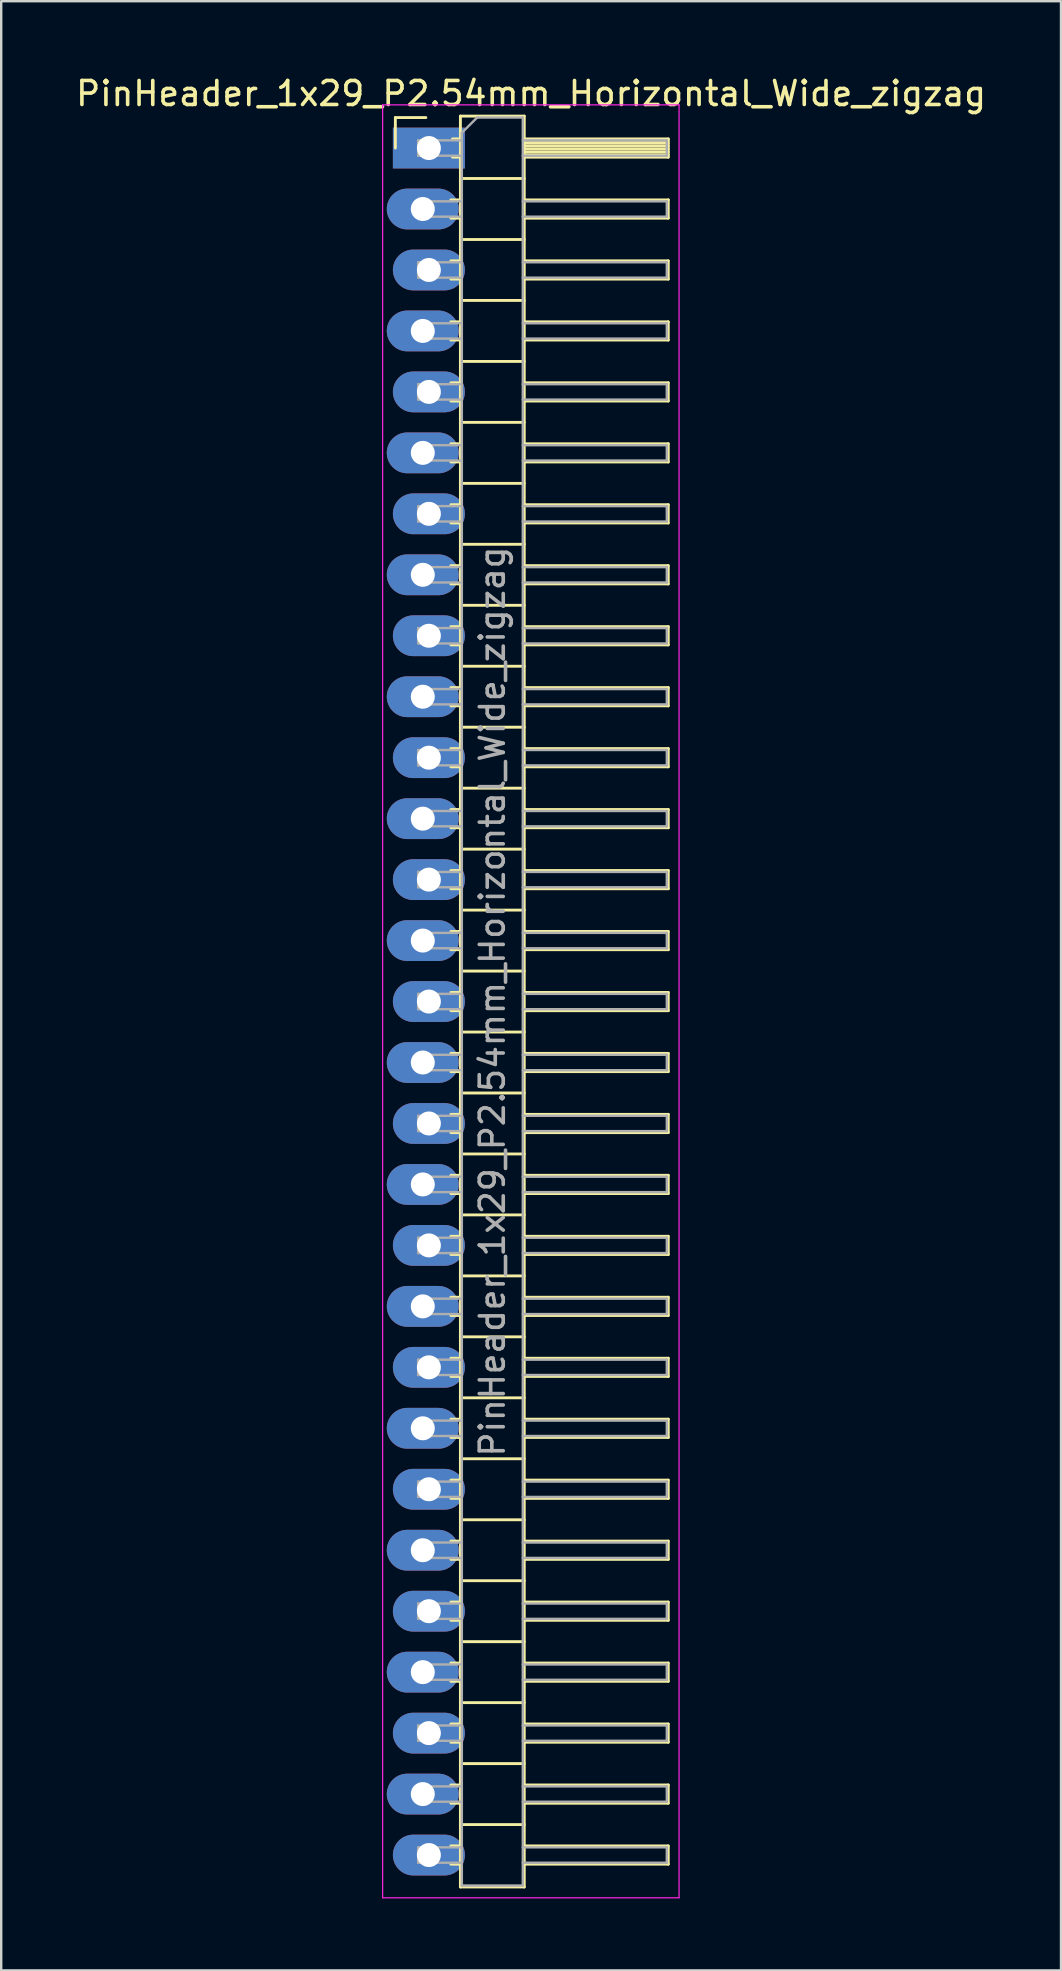
<source format=kicad_pcb>
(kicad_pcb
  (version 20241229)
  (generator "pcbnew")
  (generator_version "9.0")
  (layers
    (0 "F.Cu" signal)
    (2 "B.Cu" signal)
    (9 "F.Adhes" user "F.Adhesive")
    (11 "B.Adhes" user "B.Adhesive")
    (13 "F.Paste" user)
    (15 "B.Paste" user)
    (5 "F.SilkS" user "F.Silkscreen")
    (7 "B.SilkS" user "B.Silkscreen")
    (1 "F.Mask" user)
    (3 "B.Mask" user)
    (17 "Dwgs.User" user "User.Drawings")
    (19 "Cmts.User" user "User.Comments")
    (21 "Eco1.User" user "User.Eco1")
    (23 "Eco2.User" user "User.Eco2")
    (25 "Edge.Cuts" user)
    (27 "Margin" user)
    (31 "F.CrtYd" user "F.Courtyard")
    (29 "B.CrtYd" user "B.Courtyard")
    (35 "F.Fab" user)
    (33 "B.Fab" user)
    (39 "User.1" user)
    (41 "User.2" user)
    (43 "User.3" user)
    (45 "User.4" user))
  (footprint "PinHeader_1x29_P2.54mm_Horizontal_Wide_zigzag"
    (layer "F.Cu")
    (at 14.692 3.118)
    (property "Reference" "PinHeader_1x29_P2.54mm_Horizontal_Wide_zigzag" (at 4.385 -2.27 0) (layer "F.SilkS") (effects (font (size 1 1) (thickness 0.15))))
    (attr through_hole)
    (fp_line (start -1.27 -1.27) (end 0 -1.27) (stroke (width 0.12) (type solid)) (layer "F.SilkS"))
    (fp_line (start -1.27 0) (end -1.27 -1.27) (stroke (width 0.12) (type solid)) (layer "F.SilkS"))
    (fp_line (start 1.043 2.16) (end 1.44 2.16) (stroke (width 0.12) (type solid)) (layer "F.SilkS"))
    (fp_line (start 1.043 2.92) (end 1.44 2.92) (stroke (width 0.12) (type solid)) (layer "F.SilkS"))
    (fp_line (start 1.043 4.7) (end 1.44 4.7) (stroke (width 0.12) (type solid)) (layer "F.SilkS"))
    (fp_line (start 1.043 5.46) (end 1.44 5.46) (stroke (width 0.12) (type solid)) (layer "F.SilkS"))
    (fp_line (start 1.043 7.24) (end 1.44 7.24) (stroke (width 0.12) (type solid)) (layer "F.SilkS"))
    (fp_line (start 1.043 8) (end 1.44 8) (stroke (width 0.12) (type solid)) (layer "F.SilkS"))
    (fp_line (start 1.043 9.78) (end 1.44 9.78) (stroke (width 0.12) (type solid)) (layer "F.SilkS"))
    (fp_line (start 1.043 10.54) (end 1.44 10.54) (stroke (width 0.12) (type solid)) (layer "F.SilkS"))
    (fp_line (start 1.043 12.32) (end 1.44 12.32) (stroke (width 0.12) (type solid)) (layer "F.SilkS"))
    (fp_line (start 1.043 13.08) (end 1.44 13.08) (stroke (width 0.12) (type solid)) (layer "F.SilkS"))
    (fp_line (start 1.043 14.86) (end 1.44 14.86) (stroke (width 0.12) (type solid)) (layer "F.SilkS"))
    (fp_line (start 1.043 15.62) (end 1.44 15.62) (stroke (width 0.12) (type solid)) (layer "F.SilkS"))
    (fp_line (start 1.043 17.4) (end 1.44 17.4) (stroke (width 0.12) (type solid)) (layer "F.SilkS"))
    (fp_line (start 1.043 18.16) (end 1.44 18.16) (stroke (width 0.12) (type solid)) (layer "F.SilkS"))
    (fp_line (start 1.043 19.94) (end 1.44 19.94) (stroke (width 0.12) (type solid)) (layer "F.SilkS"))
    (fp_line (start 1.043 20.7) (end 1.44 20.7) (stroke (width 0.12) (type solid)) (layer "F.SilkS"))
    (fp_line (start 1.043 22.48) (end 1.44 22.48) (stroke (width 0.12) (type solid)) (layer "F.SilkS"))
    (fp_line (start 1.043 23.24) (end 1.44 23.24) (stroke (width 0.12) (type solid)) (layer "F.SilkS"))
    (fp_line (start 1.043 25.02) (end 1.44 25.02) (stroke (width 0.12) (type solid)) (layer "F.SilkS"))
    (fp_line (start 1.043 25.78) (end 1.44 25.78) (stroke (width 0.12) (type solid)) (layer "F.SilkS"))
    (fp_line (start 1.043 27.56) (end 1.44 27.56) (stroke (width 0.12) (type solid)) (layer "F.SilkS"))
    (fp_line (start 1.043 28.32) (end 1.44 28.32) (stroke (width 0.12) (type solid)) (layer "F.SilkS"))
    (fp_line (start 1.043 30.1) (end 1.44 30.1) (stroke (width 0.12) (type solid)) (layer "F.SilkS"))
    (fp_line (start 1.043 30.86) (end 1.44 30.86) (stroke (width 0.12) (type solid)) (layer "F.SilkS"))
    (fp_line (start 1.043 32.64) (end 1.44 32.64) (stroke (width 0.12) (type solid)) (layer "F.SilkS"))
    (fp_line (start 1.043 33.4) (end 1.44 33.4) (stroke (width 0.12) (type solid)) (layer "F.SilkS"))
    (fp_line (start 1.043 35.18) (end 1.44 35.18) (stroke (width 0.12) (type solid)) (layer "F.SilkS"))
    (fp_line (start 1.043 35.94) (end 1.44 35.94) (stroke (width 0.12) (type solid)) (layer "F.SilkS"))
    (fp_line (start 1.043 37.72) (end 1.44 37.72) (stroke (width 0.12) (type solid)) (layer "F.SilkS"))
    (fp_line (start 1.043 38.48) (end 1.44 38.48) (stroke (width 0.12) (type solid)) (layer "F.SilkS"))
    (fp_line (start 1.043 40.26) (end 1.44 40.26) (stroke (width 0.12) (type solid)) (layer "F.SilkS"))
    (fp_line (start 1.043 41.02) (end 1.44 41.02) (stroke (width 0.12) (type solid)) (layer "F.SilkS"))
    (fp_line (start 1.043 42.8) (end 1.44 42.8) (stroke (width 0.12) (type solid)) (layer "F.SilkS"))
    (fp_line (start 1.043 43.56) (end 1.44 43.56) (stroke (width 0.12) (type solid)) (layer "F.SilkS"))
    (fp_line (start 1.043 45.34) (end 1.44 45.34) (stroke (width 0.12) (type solid)) (layer "F.SilkS"))
    (fp_line (start 1.043 46.1) (end 1.44 46.1) (stroke (width 0.12) (type solid)) (layer "F.SilkS"))
    (fp_line (start 1.043 47.88) (end 1.44 47.88) (stroke (width 0.12) (type solid)) (layer "F.SilkS"))
    (fp_line (start 1.043 48.64) (end 1.44 48.64) (stroke (width 0.12) (type solid)) (layer "F.SilkS"))
    (fp_line (start 1.043 50.42) (end 1.44 50.42) (stroke (width 0.12) (type solid)) (layer "F.SilkS"))
    (fp_line (start 1.043 51.18) (end 1.44 51.18) (stroke (width 0.12) (type solid)) (layer "F.SilkS"))
    (fp_line (start 1.043 52.96) (end 1.44 52.96) (stroke (width 0.12) (type solid)) (layer "F.SilkS"))
    (fp_line (start 1.043 53.72) (end 1.44 53.72) (stroke (width 0.12) (type solid)) (layer "F.SilkS"))
    (fp_line (start 1.043 55.5) (end 1.44 55.5) (stroke (width 0.12) (type solid)) (layer "F.SilkS"))
    (fp_line (start 1.043 56.26) (end 1.44 56.26) (stroke (width 0.12) (type solid)) (layer "F.SilkS"))
    (fp_line (start 1.043 58.04) (end 1.44 58.04) (stroke (width 0.12) (type solid)) (layer "F.SilkS"))
    (fp_line (start 1.043 58.8) (end 1.44 58.8) (stroke (width 0.12) (type solid)) (layer "F.SilkS"))
    (fp_line (start 1.043 60.58) (end 1.44 60.58) (stroke (width 0.12) (type solid)) (layer "F.SilkS"))
    (fp_line (start 1.043 61.34) (end 1.44 61.34) (stroke (width 0.12) (type solid)) (layer "F.SilkS"))
    (fp_line (start 1.043 63.12) (end 1.44 63.12) (stroke (width 0.12) (type solid)) (layer "F.SilkS"))
    (fp_line (start 1.043 63.88) (end 1.44 63.88) (stroke (width 0.12) (type solid)) (layer "F.SilkS"))
    (fp_line (start 1.043 65.66) (end 1.44 65.66) (stroke (width 0.12) (type solid)) (layer "F.SilkS"))
    (fp_line (start 1.043 66.42) (end 1.44 66.42) (stroke (width 0.12) (type solid)) (layer "F.SilkS"))
    (fp_line (start 1.043 68.2) (end 1.44 68.2) (stroke (width 0.12) (type solid)) (layer "F.SilkS"))
    (fp_line (start 1.043 68.96) (end 1.44 68.96) (stroke (width 0.12) (type solid)) (layer "F.SilkS"))
    (fp_line (start 1.043 70.74) (end 1.44 70.74) (stroke (width 0.12) (type solid)) (layer "F.SilkS"))
    (fp_line (start 1.043 71.5) (end 1.44 71.5) (stroke (width 0.12) (type solid)) (layer "F.SilkS"))
    (fp_line (start 1.11 -0.38) (end 1.44 -0.38) (stroke (width 0.12) (type solid)) (layer "F.SilkS"))
    (fp_line (start 1.11 0.38) (end 1.44 0.38) (stroke (width 0.12) (type solid)) (layer "F.SilkS"))
    (fp_line (start 1.44 -1.33) (end 1.44 72.45) (stroke (width 0.12) (type solid)) (layer "F.SilkS"))
    (fp_line (start 1.44 1.27) (end 4.1 1.27) (stroke (width 0.12) (type solid)) (layer "F.SilkS"))
    (fp_line (start 1.44 3.81) (end 4.1 3.81) (stroke (width 0.12) (type solid)) (layer "F.SilkS"))
    (fp_line (start 1.44 6.35) (end 4.1 6.35) (stroke (width 0.12) (type solid)) (layer "F.SilkS"))
    (fp_line (start 1.44 8.89) (end 4.1 8.89) (stroke (width 0.12) (type solid)) (layer "F.SilkS"))
    (fp_line (start 1.44 11.43) (end 4.1 11.43) (stroke (width 0.12) (type solid)) (layer "F.SilkS"))
    (fp_line (start 1.44 13.97) (end 4.1 13.97) (stroke (width 0.12) (type solid)) (layer "F.SilkS"))
    (fp_line (start 1.44 16.51) (end 4.1 16.51) (stroke (width 0.12) (type solid)) (layer "F.SilkS"))
    (fp_line (start 1.44 19.05) (end 4.1 19.05) (stroke (width 0.12) (type solid)) (layer "F.SilkS"))
    (fp_line (start 1.44 21.59) (end 4.1 21.59) (stroke (width 0.12) (type solid)) (layer "F.SilkS"))
    (fp_line (start 1.44 24.13) (end 4.1 24.13) (stroke (width 0.12) (type solid)) (layer "F.SilkS"))
    (fp_line (start 1.44 26.67) (end 4.1 26.67) (stroke (width 0.12) (type solid)) (layer "F.SilkS"))
    (fp_line (start 1.44 29.21) (end 4.1 29.21) (stroke (width 0.12) (type solid)) (layer "F.SilkS"))
    (fp_line (start 1.44 31.75) (end 4.1 31.75) (stroke (width 0.12) (type solid)) (layer "F.SilkS"))
    (fp_line (start 1.44 34.29) (end 4.1 34.29) (stroke (width 0.12) (type solid)) (layer "F.SilkS"))
    (fp_line (start 1.44 36.83) (end 4.1 36.83) (stroke (width 0.12) (type solid)) (layer "F.SilkS"))
    (fp_line (start 1.44 39.37) (end 4.1 39.37) (stroke (width 0.12) (type solid)) (layer "F.SilkS"))
    (fp_line (start 1.44 41.91) (end 4.1 41.91) (stroke (width 0.12) (type solid)) (layer "F.SilkS"))
    (fp_line (start 1.44 44.45) (end 4.1 44.45) (stroke (width 0.12) (type solid)) (layer "F.SilkS"))
    (fp_line (start 1.44 46.99) (end 4.1 46.99) (stroke (width 0.12) (type solid)) (layer "F.SilkS"))
    (fp_line (start 1.44 49.53) (end 4.1 49.53) (stroke (width 0.12) (type solid)) (layer "F.SilkS"))
    (fp_line (start 1.44 52.07) (end 4.1 52.07) (stroke (width 0.12) (type solid)) (layer "F.SilkS"))
    (fp_line (start 1.44 54.61) (end 4.1 54.61) (stroke (width 0.12) (type solid)) (layer "F.SilkS"))
    (fp_line (start 1.44 57.15) (end 4.1 57.15) (stroke (width 0.12) (type solid)) (layer "F.SilkS"))
    (fp_line (start 1.44 59.69) (end 4.1 59.69) (stroke (width 0.12) (type solid)) (layer "F.SilkS"))
    (fp_line (start 1.44 62.23) (end 4.1 62.23) (stroke (width 0.12) (type solid)) (layer "F.SilkS"))
    (fp_line (start 1.44 64.77) (end 4.1 64.77) (stroke (width 0.12) (type solid)) (layer "F.SilkS"))
    (fp_line (start 1.44 67.31) (end 4.1 67.31) (stroke (width 0.12) (type solid)) (layer "F.SilkS"))
    (fp_line (start 1.44 69.85) (end 4.1 69.85) (stroke (width 0.12) (type solid)) (layer "F.SilkS"))
    (fp_line (start 1.44 72.45) (end 4.1 72.45) (stroke (width 0.12) (type solid)) (layer "F.SilkS"))
    (fp_line (start 4.1 -1.33) (end 1.44 -1.33) (stroke (width 0.12) (type solid)) (layer "F.SilkS"))
    (fp_line (start 4.1 -0.38) (end 10.1 -0.38) (stroke (width 0.12) (type solid)) (layer "F.SilkS"))
    (fp_line (start 4.1 -0.32) (end 10.1 -0.32) (stroke (width 0.12) (type solid)) (layer "F.SilkS"))
    (fp_line (start 4.1 -0.2) (end 10.1 -0.2) (stroke (width 0.12) (type solid)) (layer "F.SilkS"))
    (fp_line (start 4.1 -0.08) (end 10.1 -0.08) (stroke (width 0.12) (type solid)) (layer "F.SilkS"))
    (fp_line (start 4.1 0.04) (end 10.1 0.04) (stroke (width 0.12) (type solid)) (layer "F.SilkS"))
    (fp_line (start 4.1 0.16) (end 10.1 0.16) (stroke (width 0.12) (type solid)) (layer "F.SilkS"))
    (fp_line (start 4.1 0.28) (end 10.1 0.28) (stroke (width 0.12) (type solid)) (layer "F.SilkS"))
    (fp_line (start 4.1 2.16) (end 10.1 2.16) (stroke (width 0.12) (type solid)) (layer "F.SilkS"))
    (fp_line (start 4.1 4.7) (end 10.1 4.7) (stroke (width 0.12) (type solid)) (layer "F.SilkS"))
    (fp_line (start 4.1 7.24) (end 10.1 7.24) (stroke (width 0.12) (type solid)) (layer "F.SilkS"))
    (fp_line (start 4.1 9.78) (end 10.1 9.78) (stroke (width 0.12) (type solid)) (layer "F.SilkS"))
    (fp_line (start 4.1 12.32) (end 10.1 12.32) (stroke (width 0.12) (type solid)) (layer "F.SilkS"))
    (fp_line (start 4.1 14.86) (end 10.1 14.86) (stroke (width 0.12) (type solid)) (layer "F.SilkS"))
    (fp_line (start 4.1 17.4) (end 10.1 17.4) (stroke (width 0.12) (type solid)) (layer "F.SilkS"))
    (fp_line (start 4.1 19.94) (end 10.1 19.94) (stroke (width 0.12) (type solid)) (layer "F.SilkS"))
    (fp_line (start 4.1 22.48) (end 10.1 22.48) (stroke (width 0.12) (type solid)) (layer "F.SilkS"))
    (fp_line (start 4.1 25.02) (end 10.1 25.02) (stroke (width 0.12) (type solid)) (layer "F.SilkS"))
    (fp_line (start 4.1 27.56) (end 10.1 27.56) (stroke (width 0.12) (type solid)) (layer "F.SilkS"))
    (fp_line (start 4.1 30.1) (end 10.1 30.1) (stroke (width 0.12) (type solid)) (layer "F.SilkS"))
    (fp_line (start 4.1 32.64) (end 10.1 32.64) (stroke (width 0.12) (type solid)) (layer "F.SilkS"))
    (fp_line (start 4.1 35.18) (end 10.1 35.18) (stroke (width 0.12) (type solid)) (layer "F.SilkS"))
    (fp_line (start 4.1 37.72) (end 10.1 37.72) (stroke (width 0.12) (type solid)) (layer "F.SilkS"))
    (fp_line (start 4.1 40.26) (end 10.1 40.26) (stroke (width 0.12) (type solid)) (layer "F.SilkS"))
    (fp_line (start 4.1 42.8) (end 10.1 42.8) (stroke (width 0.12) (type solid)) (layer "F.SilkS"))
    (fp_line (start 4.1 45.34) (end 10.1 45.34) (stroke (width 0.12) (type solid)) (layer "F.SilkS"))
    (fp_line (start 4.1 47.88) (end 10.1 47.88) (stroke (width 0.12) (type solid)) (layer "F.SilkS"))
    (fp_line (start 4.1 50.42) (end 10.1 50.42) (stroke (width 0.12) (type solid)) (layer "F.SilkS"))
    (fp_line (start 4.1 52.96) (end 10.1 52.96) (stroke (width 0.12) (type solid)) (layer "F.SilkS"))
    (fp_line (start 4.1 55.5) (end 10.1 55.5) (stroke (width 0.12) (type solid)) (layer "F.SilkS"))
    (fp_line (start 4.1 58.04) (end 10.1 58.04) (stroke (width 0.12) (type solid)) (layer "F.SilkS"))
    (fp_line (start 4.1 60.58) (end 10.1 60.58) (stroke (width 0.12) (type solid)) (layer "F.SilkS"))
    (fp_line (start 4.1 63.12) (end 10.1 63.12) (stroke (width 0.12) (type solid)) (layer "F.SilkS"))
    (fp_line (start 4.1 65.66) (end 10.1 65.66) (stroke (width 0.12) (type solid)) (layer "F.SilkS"))
    (fp_line (start 4.1 68.2) (end 10.1 68.2) (stroke (width 0.12) (type solid)) (layer "F.SilkS"))
    (fp_line (start 4.1 70.74) (end 10.1 70.74) (stroke (width 0.12) (type solid)) (layer "F.SilkS"))
    (fp_line (start 4.1 72.45) (end 4.1 -1.33) (stroke (width 0.12) (type solid)) (layer "F.SilkS"))
    (fp_line (start 10.1 -0.38) (end 10.1 0.38) (stroke (width 0.12) (type solid)) (layer "F.SilkS"))
    (fp_line (start 10.1 0.38) (end 4.1 0.38) (stroke (width 0.12) (type solid)) (layer "F.SilkS"))
    (fp_line (start 10.1 2.16) (end 10.1 2.92) (stroke (width 0.12) (type solid)) (layer "F.SilkS"))
    (fp_line (start 10.1 2.92) (end 4.1 2.92) (stroke (width 0.12) (type solid)) (layer "F.SilkS"))
    (fp_line (start 10.1 4.7) (end 10.1 5.46) (stroke (width 0.12) (type solid)) (layer "F.SilkS"))
    (fp_line (start 10.1 5.46) (end 4.1 5.46) (stroke (width 0.12) (type solid)) (layer "F.SilkS"))
    (fp_line (start 10.1 7.24) (end 10.1 8) (stroke (width 0.12) (type solid)) (layer "F.SilkS"))
    (fp_line (start 10.1 8) (end 4.1 8) (stroke (width 0.12) (type solid)) (layer "F.SilkS"))
    (fp_line (start 10.1 9.78) (end 10.1 10.54) (stroke (width 0.12) (type solid)) (layer "F.SilkS"))
    (fp_line (start 10.1 10.54) (end 4.1 10.54) (stroke (width 0.12) (type solid)) (layer "F.SilkS"))
    (fp_line (start 10.1 12.32) (end 10.1 13.08) (stroke (width 0.12) (type solid)) (layer "F.SilkS"))
    (fp_line (start 10.1 13.08) (end 4.1 13.08) (stroke (width 0.12) (type solid)) (layer "F.SilkS"))
    (fp_line (start 10.1 14.86) (end 10.1 15.62) (stroke (width 0.12) (type solid)) (layer "F.SilkS"))
    (fp_line (start 10.1 15.62) (end 4.1 15.62) (stroke (width 0.12) (type solid)) (layer "F.SilkS"))
    (fp_line (start 10.1 17.4) (end 10.1 18.16) (stroke (width 0.12) (type solid)) (layer "F.SilkS"))
    (fp_line (start 10.1 18.16) (end 4.1 18.16) (stroke (width 0.12) (type solid)) (layer "F.SilkS"))
    (fp_line (start 10.1 19.94) (end 10.1 20.7) (stroke (width 0.12) (type solid)) (layer "F.SilkS"))
    (fp_line (start 10.1 20.7) (end 4.1 20.7) (stroke (width 0.12) (type solid)) (layer "F.SilkS"))
    (fp_line (start 10.1 22.48) (end 10.1 23.24) (stroke (width 0.12) (type solid)) (layer "F.SilkS"))
    (fp_line (start 10.1 23.24) (end 4.1 23.24) (stroke (width 0.12) (type solid)) (layer "F.SilkS"))
    (fp_line (start 10.1 25.02) (end 10.1 25.78) (stroke (width 0.12) (type solid)) (layer "F.SilkS"))
    (fp_line (start 10.1 25.78) (end 4.1 25.78) (stroke (width 0.12) (type solid)) (layer "F.SilkS"))
    (fp_line (start 10.1 27.56) (end 10.1 28.32) (stroke (width 0.12) (type solid)) (layer "F.SilkS"))
    (fp_line (start 10.1 28.32) (end 4.1 28.32) (stroke (width 0.12) (type solid)) (layer "F.SilkS"))
    (fp_line (start 10.1 30.1) (end 10.1 30.86) (stroke (width 0.12) (type solid)) (layer "F.SilkS"))
    (fp_line (start 10.1 30.86) (end 4.1 30.86) (stroke (width 0.12) (type solid)) (layer "F.SilkS"))
    (fp_line (start 10.1 32.64) (end 10.1 33.4) (stroke (width 0.12) (type solid)) (layer "F.SilkS"))
    (fp_line (start 10.1 33.4) (end 4.1 33.4) (stroke (width 0.12) (type solid)) (layer "F.SilkS"))
    (fp_line (start 10.1 35.18) (end 10.1 35.94) (stroke (width 0.12) (type solid)) (layer "F.SilkS"))
    (fp_line (start 10.1 35.94) (end 4.1 35.94) (stroke (width 0.12) (type solid)) (layer "F.SilkS"))
    (fp_line (start 10.1 37.72) (end 10.1 38.48) (stroke (width 0.12) (type solid)) (layer "F.SilkS"))
    (fp_line (start 10.1 38.48) (end 4.1 38.48) (stroke (width 0.12) (type solid)) (layer "F.SilkS"))
    (fp_line (start 10.1 40.26) (end 10.1 41.02) (stroke (width 0.12) (type solid)) (layer "F.SilkS"))
    (fp_line (start 10.1 41.02) (end 4.1 41.02) (stroke (width 0.12) (type solid)) (layer "F.SilkS"))
    (fp_line (start 10.1 42.8) (end 10.1 43.56) (stroke (width 0.12) (type solid)) (layer "F.SilkS"))
    (fp_line (start 10.1 43.56) (end 4.1 43.56) (stroke (width 0.12) (type solid)) (layer "F.SilkS"))
    (fp_line (start 10.1 45.34) (end 10.1 46.1) (stroke (width 0.12) (type solid)) (layer "F.SilkS"))
    (fp_line (start 10.1 46.1) (end 4.1 46.1) (stroke (width 0.12) (type solid)) (layer "F.SilkS"))
    (fp_line (start 10.1 47.88) (end 10.1 48.64) (stroke (width 0.12) (type solid)) (layer "F.SilkS"))
    (fp_line (start 10.1 48.64) (end 4.1 48.64) (stroke (width 0.12) (type solid)) (layer "F.SilkS"))
    (fp_line (start 10.1 50.42) (end 10.1 51.18) (stroke (width 0.12) (type solid)) (layer "F.SilkS"))
    (fp_line (start 10.1 51.18) (end 4.1 51.18) (stroke (width 0.12) (type solid)) (layer "F.SilkS"))
    (fp_line (start 10.1 52.96) (end 10.1 53.72) (stroke (width 0.12) (type solid)) (layer "F.SilkS"))
    (fp_line (start 10.1 53.72) (end 4.1 53.72) (stroke (width 0.12) (type solid)) (layer "F.SilkS"))
    (fp_line (start 10.1 55.5) (end 10.1 56.26) (stroke (width 0.12) (type solid)) (layer "F.SilkS"))
    (fp_line (start 10.1 56.26) (end 4.1 56.26) (stroke (width 0.12) (type solid)) (layer "F.SilkS"))
    (fp_line (start 10.1 58.04) (end 10.1 58.8) (stroke (width 0.12) (type solid)) (layer "F.SilkS"))
    (fp_line (start 10.1 58.8) (end 4.1 58.8) (stroke (width 0.12) (type solid)) (layer "F.SilkS"))
    (fp_line (start 10.1 60.58) (end 10.1 61.34) (stroke (width 0.12) (type solid)) (layer "F.SilkS"))
    (fp_line (start 10.1 61.34) (end 4.1 61.34) (stroke (width 0.12) (type solid)) (layer "F.SilkS"))
    (fp_line (start 10.1 63.12) (end 10.1 63.88) (stroke (width 0.12) (type solid)) (layer "F.SilkS"))
    (fp_line (start 10.1 63.88) (end 4.1 63.88) (stroke (width 0.12) (type solid)) (layer "F.SilkS"))
    (fp_line (start 10.1 65.66) (end 10.1 66.42) (stroke (width 0.12) (type solid)) (layer "F.SilkS"))
    (fp_line (start 10.1 66.42) (end 4.1 66.42) (stroke (width 0.12) (type solid)) (layer "F.SilkS"))
    (fp_line (start 10.1 68.2) (end 10.1 68.96) (stroke (width 0.12) (type solid)) (layer "F.SilkS"))
    (fp_line (start 10.1 68.96) (end 4.1 68.96) (stroke (width 0.12) (type solid)) (layer "F.SilkS"))
    (fp_line (start 10.1 70.74) (end 10.1 71.5) (stroke (width 0.12) (type solid)) (layer "F.SilkS"))
    (fp_line (start 10.1 71.5) (end 4.1 71.5) (stroke (width 0.12) (type solid)) (layer "F.SilkS"))
    (fp_line (start -1.8 -1.8) (end -1.8 72.9) (stroke (width 0.05) (type solid)) (layer "F.CrtYd"))
    (fp_line (start -1.8 72.9) (end 10.55 72.9) (stroke (width 0.05) (type solid)) (layer "F.CrtYd"))
    (fp_line (start 10.55 -1.8) (end -1.8 -1.8) (stroke (width 0.05) (type solid)) (layer "F.CrtYd"))
    (fp_line (start 10.55 72.9) (end 10.55 -1.8) (stroke (width 0.05) (type solid)) (layer "F.CrtYd"))
    (fp_line (start -0.32 -0.32) (end -0.32 0.32) (stroke (width 0.1) (type solid)) (layer "F.Fab"))
    (fp_line (start -0.32 -0.32) (end 1.5 -0.32) (stroke (width 0.1) (type solid)) (layer "F.Fab"))
    (fp_line (start -0.32 0.32) (end 1.5 0.32) (stroke (width 0.1) (type solid)) (layer "F.Fab"))
    (fp_line (start -0.32 2.22) (end -0.32 2.86) (stroke (width 0.1) (type solid)) (layer "F.Fab"))
    (fp_line (start -0.32 2.22) (end 1.5 2.22) (stroke (width 0.1) (type solid)) (layer "F.Fab"))
    (fp_line (start -0.32 2.86) (end 1.5 2.86) (stroke (width 0.1) (type solid)) (layer "F.Fab"))
    (fp_line (start -0.32 4.76) (end -0.32 5.4) (stroke (width 0.1) (type solid)) (layer "F.Fab"))
    (fp_line (start -0.32 4.76) (end 1.5 4.76) (stroke (width 0.1) (type solid)) (layer "F.Fab"))
    (fp_line (start -0.32 5.4) (end 1.5 5.4) (stroke (width 0.1) (type solid)) (layer "F.Fab"))
    (fp_line (start -0.32 7.3) (end -0.32 7.94) (stroke (width 0.1) (type solid)) (layer "F.Fab"))
    (fp_line (start -0.32 7.3) (end 1.5 7.3) (stroke (width 0.1) (type solid)) (layer "F.Fab"))
    (fp_line (start -0.32 7.94) (end 1.5 7.94) (stroke (width 0.1) (type solid)) (layer "F.Fab"))
    (fp_line (start -0.32 9.84) (end -0.32 10.48) (stroke (width 0.1) (type solid)) (layer "F.Fab"))
    (fp_line (start -0.32 9.84) (end 1.5 9.84) (stroke (width 0.1) (type solid)) (layer "F.Fab"))
    (fp_line (start -0.32 10.48) (end 1.5 10.48) (stroke (width 0.1) (type solid)) (layer "F.Fab"))
    (fp_line (start -0.32 12.38) (end -0.32 13.02) (stroke (width 0.1) (type solid)) (layer "F.Fab"))
    (fp_line (start -0.32 12.38) (end 1.5 12.38) (stroke (width 0.1) (type solid)) (layer "F.Fab"))
    (fp_line (start -0.32 13.02) (end 1.5 13.02) (stroke (width 0.1) (type solid)) (layer "F.Fab"))
    (fp_line (start -0.32 14.92) (end -0.32 15.56) (stroke (width 0.1) (type solid)) (layer "F.Fab"))
    (fp_line (start -0.32 14.92) (end 1.5 14.92) (stroke (width 0.1) (type solid)) (layer "F.Fab"))
    (fp_line (start -0.32 15.56) (end 1.5 15.56) (stroke (width 0.1) (type solid)) (layer "F.Fab"))
    (fp_line (start -0.32 17.46) (end -0.32 18.1) (stroke (width 0.1) (type solid)) (layer "F.Fab"))
    (fp_line (start -0.32 17.46) (end 1.5 17.46) (stroke (width 0.1) (type solid)) (layer "F.Fab"))
    (fp_line (start -0.32 18.1) (end 1.5 18.1) (stroke (width 0.1) (type solid)) (layer "F.Fab"))
    (fp_line (start -0.32 20) (end -0.32 20.64) (stroke (width 0.1) (type solid)) (layer "F.Fab"))
    (fp_line (start -0.32 20) (end 1.5 20) (stroke (width 0.1) (type solid)) (layer "F.Fab"))
    (fp_line (start -0.32 20.64) (end 1.5 20.64) (stroke (width 0.1) (type solid)) (layer "F.Fab"))
    (fp_line (start -0.32 22.54) (end -0.32 23.18) (stroke (width 0.1) (type solid)) (layer "F.Fab"))
    (fp_line (start -0.32 22.54) (end 1.5 22.54) (stroke (width 0.1) (type solid)) (layer "F.Fab"))
    (fp_line (start -0.32 23.18) (end 1.5 23.18) (stroke (width 0.1) (type solid)) (layer "F.Fab"))
    (fp_line (start -0.32 25.08) (end -0.32 25.72) (stroke (width 0.1) (type solid)) (layer "F.Fab"))
    (fp_line (start -0.32 25.08) (end 1.5 25.08) (stroke (width 0.1) (type solid)) (layer "F.Fab"))
    (fp_line (start -0.32 25.72) (end 1.5 25.72) (stroke (width 0.1) (type solid)) (layer "F.Fab"))
    (fp_line (start -0.32 27.62) (end -0.32 28.26) (stroke (width 0.1) (type solid)) (layer "F.Fab"))
    (fp_line (start -0.32 27.62) (end 1.5 27.62) (stroke (width 0.1) (type solid)) (layer "F.Fab"))
    (fp_line (start -0.32 28.26) (end 1.5 28.26) (stroke (width 0.1) (type solid)) (layer "F.Fab"))
    (fp_line (start -0.32 30.16) (end -0.32 30.8) (stroke (width 0.1) (type solid)) (layer "F.Fab"))
    (fp_line (start -0.32 30.16) (end 1.5 30.16) (stroke (width 0.1) (type solid)) (layer "F.Fab"))
    (fp_line (start -0.32 30.8) (end 1.5 30.8) (stroke (width 0.1) (type solid)) (layer "F.Fab"))
    (fp_line (start -0.32 32.7) (end -0.32 33.34) (stroke (width 0.1) (type solid)) (layer "F.Fab"))
    (fp_line (start -0.32 32.7) (end 1.5 32.7) (stroke (width 0.1) (type solid)) (layer "F.Fab"))
    (fp_line (start -0.32 33.34) (end 1.5 33.34) (stroke (width 0.1) (type solid)) (layer "F.Fab"))
    (fp_line (start -0.32 35.24) (end -0.32 35.88) (stroke (width 0.1) (type solid)) (layer "F.Fab"))
    (fp_line (start -0.32 35.24) (end 1.5 35.24) (stroke (width 0.1) (type solid)) (layer "F.Fab"))
    (fp_line (start -0.32 35.88) (end 1.5 35.88) (stroke (width 0.1) (type solid)) (layer "F.Fab"))
    (fp_line (start -0.32 37.78) (end -0.32 38.42) (stroke (width 0.1) (type solid)) (layer "F.Fab"))
    (fp_line (start -0.32 37.78) (end 1.5 37.78) (stroke (width 0.1) (type solid)) (layer "F.Fab"))
    (fp_line (start -0.32 38.42) (end 1.5 38.42) (stroke (width 0.1) (type solid)) (layer "F.Fab"))
    (fp_line (start -0.32 40.32) (end -0.32 40.96) (stroke (width 0.1) (type solid)) (layer "F.Fab"))
    (fp_line (start -0.32 40.32) (end 1.5 40.32) (stroke (width 0.1) (type solid)) (layer "F.Fab"))
    (fp_line (start -0.32 40.96) (end 1.5 40.96) (stroke (width 0.1) (type solid)) (layer "F.Fab"))
    (fp_line (start -0.32 42.86) (end -0.32 43.5) (stroke (width 0.1) (type solid)) (layer "F.Fab"))
    (fp_line (start -0.32 42.86) (end 1.5 42.86) (stroke (width 0.1) (type solid)) (layer "F.Fab"))
    (fp_line (start -0.32 43.5) (end 1.5 43.5) (stroke (width 0.1) (type solid)) (layer "F.Fab"))
    (fp_line (start -0.32 45.4) (end -0.32 46.04) (stroke (width 0.1) (type solid)) (layer "F.Fab"))
    (fp_line (start -0.32 45.4) (end 1.5 45.4) (stroke (width 0.1) (type solid)) (layer "F.Fab"))
    (fp_line (start -0.32 46.04) (end 1.5 46.04) (stroke (width 0.1) (type solid)) (layer "F.Fab"))
    (fp_line (start -0.32 47.94) (end -0.32 48.58) (stroke (width 0.1) (type solid)) (layer "F.Fab"))
    (fp_line (start -0.32 47.94) (end 1.5 47.94) (stroke (width 0.1) (type solid)) (layer "F.Fab"))
    (fp_line (start -0.32 48.58) (end 1.5 48.58) (stroke (width 0.1) (type solid)) (layer "F.Fab"))
    (fp_line (start -0.32 50.48) (end -0.32 51.12) (stroke (width 0.1) (type solid)) (layer "F.Fab"))
    (fp_line (start -0.32 50.48) (end 1.5 50.48) (stroke (width 0.1) (type solid)) (layer "F.Fab"))
    (fp_line (start -0.32 51.12) (end 1.5 51.12) (stroke (width 0.1) (type solid)) (layer "F.Fab"))
    (fp_line (start -0.32 53.02) (end -0.32 53.66) (stroke (width 0.1) (type solid)) (layer "F.Fab"))
    (fp_line (start -0.32 53.02) (end 1.5 53.02) (stroke (width 0.1) (type solid)) (layer "F.Fab"))
    (fp_line (start -0.32 53.66) (end 1.5 53.66) (stroke (width 0.1) (type solid)) (layer "F.Fab"))
    (fp_line (start -0.32 55.56) (end -0.32 56.2) (stroke (width 0.1) (type solid)) (layer "F.Fab"))
    (fp_line (start -0.32 55.56) (end 1.5 55.56) (stroke (width 0.1) (type solid)) (layer "F.Fab"))
    (fp_line (start -0.32 56.2) (end 1.5 56.2) (stroke (width 0.1) (type solid)) (layer "F.Fab"))
    (fp_line (start -0.32 58.1) (end -0.32 58.74) (stroke (width 0.1) (type solid)) (layer "F.Fab"))
    (fp_line (start -0.32 58.1) (end 1.5 58.1) (stroke (width 0.1) (type solid)) (layer "F.Fab"))
    (fp_line (start -0.32 58.74) (end 1.5 58.74) (stroke (width 0.1) (type solid)) (layer "F.Fab"))
    (fp_line (start -0.32 60.64) (end -0.32 61.28) (stroke (width 0.1) (type solid)) (layer "F.Fab"))
    (fp_line (start -0.32 60.64) (end 1.5 60.64) (stroke (width 0.1) (type solid)) (layer "F.Fab"))
    (fp_line (start -0.32 61.28) (end 1.5 61.28) (stroke (width 0.1) (type solid)) (layer "F.Fab"))
    (fp_line (start -0.32 63.18) (end -0.32 63.82) (stroke (width 0.1) (type solid)) (layer "F.Fab"))
    (fp_line (start -0.32 63.18) (end 1.5 63.18) (stroke (width 0.1) (type solid)) (layer "F.Fab"))
    (fp_line (start -0.32 63.82) (end 1.5 63.82) (stroke (width 0.1) (type solid)) (layer "F.Fab"))
    (fp_line (start -0.32 65.72) (end -0.32 66.36) (stroke (width 0.1) (type solid)) (layer "F.Fab"))
    (fp_line (start -0.32 65.72) (end 1.5 65.72) (stroke (width 0.1) (type solid)) (layer "F.Fab"))
    (fp_line (start -0.32 66.36) (end 1.5 66.36) (stroke (width 0.1) (type solid)) (layer "F.Fab"))
    (fp_line (start -0.32 68.26) (end -0.32 68.9) (stroke (width 0.1) (type solid)) (layer "F.Fab"))
    (fp_line (start -0.32 68.26) (end 1.5 68.26) (stroke (width 0.1) (type solid)) (layer "F.Fab"))
    (fp_line (start -0.32 68.9) (end 1.5 68.9) (stroke (width 0.1) (type solid)) (layer "F.Fab"))
    (fp_line (start -0.32 70.8) (end -0.32 71.44) (stroke (width 0.1) (type solid)) (layer "F.Fab"))
    (fp_line (start -0.32 70.8) (end 1.5 70.8) (stroke (width 0.1) (type solid)) (layer "F.Fab"))
    (fp_line (start -0.32 71.44) (end 1.5 71.44) (stroke (width 0.1) (type solid)) (layer "F.Fab"))
    (fp_line (start 1.5 -0.635) (end 2.135 -1.27) (stroke (width 0.1) (type solid)) (layer "F.Fab"))
    (fp_line (start 1.5 72.39) (end 1.5 -0.635) (stroke (width 0.1) (type solid)) (layer "F.Fab"))
    (fp_line (start 2.135 -1.27) (end 4.04 -1.27) (stroke (width 0.1) (type solid)) (layer "F.Fab"))
    (fp_line (start 4.04 -1.27) (end 4.04 72.39) (stroke (width 0.1) (type solid)) (layer "F.Fab"))
    (fp_line (start 4.04 -0.32) (end 10.04 -0.32) (stroke (width 0.1) (type solid)) (layer "F.Fab"))
    (fp_line (start 4.04 0.32) (end 10.04 0.32) (stroke (width 0.1) (type solid)) (layer "F.Fab"))
    (fp_line (start 4.04 2.22) (end 10.04 2.22) (stroke (width 0.1) (type solid)) (layer "F.Fab"))
    (fp_line (start 4.04 2.86) (end 10.04 2.86) (stroke (width 0.1) (type solid)) (layer "F.Fab"))
    (fp_line (start 4.04 4.76) (end 10.04 4.76) (stroke (width 0.1) (type solid)) (layer "F.Fab"))
    (fp_line (start 4.04 5.4) (end 10.04 5.4) (stroke (width 0.1) (type solid)) (layer "F.Fab"))
    (fp_line (start 4.04 7.3) (end 10.04 7.3) (stroke (width 0.1) (type solid)) (layer "F.Fab"))
    (fp_line (start 4.04 7.94) (end 10.04 7.94) (stroke (width 0.1) (type solid)) (layer "F.Fab"))
    (fp_line (start 4.04 9.84) (end 10.04 9.84) (stroke (width 0.1) (type solid)) (layer "F.Fab"))
    (fp_line (start 4.04 10.48) (end 10.04 10.48) (stroke (width 0.1) (type solid)) (layer "F.Fab"))
    (fp_line (start 4.04 12.38) (end 10.04 12.38) (stroke (width 0.1) (type solid)) (layer "F.Fab"))
    (fp_line (start 4.04 13.02) (end 10.04 13.02) (stroke (width 0.1) (type solid)) (layer "F.Fab"))
    (fp_line (start 4.04 14.92) (end 10.04 14.92) (stroke (width 0.1) (type solid)) (layer "F.Fab"))
    (fp_line (start 4.04 15.56) (end 10.04 15.56) (stroke (width 0.1) (type solid)) (layer "F.Fab"))
    (fp_line (start 4.04 17.46) (end 10.04 17.46) (stroke (width 0.1) (type solid)) (layer "F.Fab"))
    (fp_line (start 4.04 18.1) (end 10.04 18.1) (stroke (width 0.1) (type solid)) (layer "F.Fab"))
    (fp_line (start 4.04 20) (end 10.04 20) (stroke (width 0.1) (type solid)) (layer "F.Fab"))
    (fp_line (start 4.04 20.64) (end 10.04 20.64) (stroke (width 0.1) (type solid)) (layer "F.Fab"))
    (fp_line (start 4.04 22.54) (end 10.04 22.54) (stroke (width 0.1) (type solid)) (layer "F.Fab"))
    (fp_line (start 4.04 23.18) (end 10.04 23.18) (stroke (width 0.1) (type solid)) (layer "F.Fab"))
    (fp_line (start 4.04 25.08) (end 10.04 25.08) (stroke (width 0.1) (type solid)) (layer "F.Fab"))
    (fp_line (start 4.04 25.72) (end 10.04 25.72) (stroke (width 0.1) (type solid)) (layer "F.Fab"))
    (fp_line (start 4.04 27.62) (end 10.04 27.62) (stroke (width 0.1) (type solid)) (layer "F.Fab"))
    (fp_line (start 4.04 28.26) (end 10.04 28.26) (stroke (width 0.1) (type solid)) (layer "F.Fab"))
    (fp_line (start 4.04 30.16) (end 10.04 30.16) (stroke (width 0.1) (type solid)) (layer "F.Fab"))
    (fp_line (start 4.04 30.8) (end 10.04 30.8) (stroke (width 0.1) (type solid)) (layer "F.Fab"))
    (fp_line (start 4.04 32.7) (end 10.04 32.7) (stroke (width 0.1) (type solid)) (layer "F.Fab"))
    (fp_line (start 4.04 33.34) (end 10.04 33.34) (stroke (width 0.1) (type solid)) (layer "F.Fab"))
    (fp_line (start 4.04 35.24) (end 10.04 35.24) (stroke (width 0.1) (type solid)) (layer "F.Fab"))
    (fp_line (start 4.04 35.88) (end 10.04 35.88) (stroke (width 0.1) (type solid)) (layer "F.Fab"))
    (fp_line (start 4.04 37.78) (end 10.04 37.78) (stroke (width 0.1) (type solid)) (layer "F.Fab"))
    (fp_line (start 4.04 38.42) (end 10.04 38.42) (stroke (width 0.1) (type solid)) (layer "F.Fab"))
    (fp_line (start 4.04 40.32) (end 10.04 40.32) (stroke (width 0.1) (type solid)) (layer "F.Fab"))
    (fp_line (start 4.04 40.96) (end 10.04 40.96) (stroke (width 0.1) (type solid)) (layer "F.Fab"))
    (fp_line (start 4.04 42.86) (end 10.04 42.86) (stroke (width 0.1) (type solid)) (layer "F.Fab"))
    (fp_line (start 4.04 43.5) (end 10.04 43.5) (stroke (width 0.1) (type solid)) (layer "F.Fab"))
    (fp_line (start 4.04 45.4) (end 10.04 45.4) (stroke (width 0.1) (type solid)) (layer "F.Fab"))
    (fp_line (start 4.04 46.04) (end 10.04 46.04) (stroke (width 0.1) (type solid)) (layer "F.Fab"))
    (fp_line (start 4.04 47.94) (end 10.04 47.94) (stroke (width 0.1) (type solid)) (layer "F.Fab"))
    (fp_line (start 4.04 48.58) (end 10.04 48.58) (stroke (width 0.1) (type solid)) (layer "F.Fab"))
    (fp_line (start 4.04 50.48) (end 10.04 50.48) (stroke (width 0.1) (type solid)) (layer "F.Fab"))
    (fp_line (start 4.04 51.12) (end 10.04 51.12) (stroke (width 0.1) (type solid)) (layer "F.Fab"))
    (fp_line (start 4.04 53.02) (end 10.04 53.02) (stroke (width 0.1) (type solid)) (layer "F.Fab"))
    (fp_line (start 4.04 53.66) (end 10.04 53.66) (stroke (width 0.1) (type solid)) (layer "F.Fab"))
    (fp_line (start 4.04 55.56) (end 10.04 55.56) (stroke (width 0.1) (type solid)) (layer "F.Fab"))
    (fp_line (start 4.04 56.2) (end 10.04 56.2) (stroke (width 0.1) (type solid)) (layer "F.Fab"))
    (fp_line (start 4.04 58.1) (end 10.04 58.1) (stroke (width 0.1) (type solid)) (layer "F.Fab"))
    (fp_line (start 4.04 58.74) (end 10.04 58.74) (stroke (width 0.1) (type solid)) (layer "F.Fab"))
    (fp_line (start 4.04 60.64) (end 10.04 60.64) (stroke (width 0.1) (type solid)) (layer "F.Fab"))
    (fp_line (start 4.04 61.28) (end 10.04 61.28) (stroke (width 0.1) (type solid)) (layer "F.Fab"))
    (fp_line (start 4.04 63.18) (end 10.04 63.18) (stroke (width 0.1) (type solid)) (layer "F.Fab"))
    (fp_line (start 4.04 63.82) (end 10.04 63.82) (stroke (width 0.1) (type solid)) (layer "F.Fab"))
    (fp_line (start 4.04 65.72) (end 10.04 65.72) (stroke (width 0.1) (type solid)) (layer "F.Fab"))
    (fp_line (start 4.04 66.36) (end 10.04 66.36) (stroke (width 0.1) (type solid)) (layer "F.Fab"))
    (fp_line (start 4.04 68.26) (end 10.04 68.26) (stroke (width 0.1) (type solid)) (layer "F.Fab"))
    (fp_line (start 4.04 68.9) (end 10.04 68.9) (stroke (width 0.1) (type solid)) (layer "F.Fab"))
    (fp_line (start 4.04 70.8) (end 10.04 70.8) (stroke (width 0.1) (type solid)) (layer "F.Fab"))
    (fp_line (start 4.04 71.44) (end 10.04 71.44) (stroke (width 0.1) (type solid)) (layer "F.Fab"))
    (fp_line (start 4.04 72.39) (end 1.5 72.39) (stroke (width 0.1) (type solid)) (layer "F.Fab"))
    (fp_line (start 10.04 -0.32) (end 10.04 0.32) (stroke (width 0.1) (type solid)) (layer "F.Fab"))
    (fp_line (start 10.04 2.22) (end 10.04 2.86) (stroke (width 0.1) (type solid)) (layer "F.Fab"))
    (fp_line (start 10.04 4.76) (end 10.04 5.4) (stroke (width 0.1) (type solid)) (layer "F.Fab"))
    (fp_line (start 10.04 7.3) (end 10.04 7.94) (stroke (width 0.1) (type solid)) (layer "F.Fab"))
    (fp_line (start 10.04 9.84) (end 10.04 10.48) (stroke (width 0.1) (type solid)) (layer "F.Fab"))
    (fp_line (start 10.04 12.38) (end 10.04 13.02) (stroke (width 0.1) (type solid)) (layer "F.Fab"))
    (fp_line (start 10.04 14.92) (end 10.04 15.56) (stroke (width 0.1) (type solid)) (layer "F.Fab"))
    (fp_line (start 10.04 17.46) (end 10.04 18.1) (stroke (width 0.1) (type solid)) (layer "F.Fab"))
    (fp_line (start 10.04 20) (end 10.04 20.64) (stroke (width 0.1) (type solid)) (layer "F.Fab"))
    (fp_line (start 10.04 22.54) (end 10.04 23.18) (stroke (width 0.1) (type solid)) (layer "F.Fab"))
    (fp_line (start 10.04 25.08) (end 10.04 25.72) (stroke (width 0.1) (type solid)) (layer "F.Fab"))
    (fp_line (start 10.04 27.62) (end 10.04 28.26) (stroke (width 0.1) (type solid)) (layer "F.Fab"))
    (fp_line (start 10.04 30.16) (end 10.04 30.8) (stroke (width 0.1) (type solid)) (layer "F.Fab"))
    (fp_line (start 10.04 32.7) (end 10.04 33.34) (stroke (width 0.1) (type solid)) (layer "F.Fab"))
    (fp_line (start 10.04 35.24) (end 10.04 35.88) (stroke (width 0.1) (type solid)) (layer "F.Fab"))
    (fp_line (start 10.04 37.78) (end 10.04 38.42) (stroke (width 0.1) (type solid)) (layer "F.Fab"))
    (fp_line (start 10.04 40.32) (end 10.04 40.96) (stroke (width 0.1) (type solid)) (layer "F.Fab"))
    (fp_line (start 10.04 42.86) (end 10.04 43.5) (stroke (width 0.1) (type solid)) (layer "F.Fab"))
    (fp_line (start 10.04 45.4) (end 10.04 46.04) (stroke (width 0.1) (type solid)) (layer "F.Fab"))
    (fp_line (start 10.04 47.94) (end 10.04 48.58) (stroke (width 0.1) (type solid)) (layer "F.Fab"))
    (fp_line (start 10.04 50.48) (end 10.04 51.12) (stroke (width 0.1) (type solid)) (layer "F.Fab"))
    (fp_line (start 10.04 53.02) (end 10.04 53.66) (stroke (width 0.1) (type solid)) (layer "F.Fab"))
    (fp_line (start 10.04 55.56) (end 10.04 56.2) (stroke (width 0.1) (type solid)) (layer "F.Fab"))
    (fp_line (start 10.04 58.1) (end 10.04 58.74) (stroke (width 0.1) (type solid)) (layer "F.Fab"))
    (fp_line (start 10.04 60.64) (end 10.04 61.28) (stroke (width 0.1) (type solid)) (layer "F.Fab"))
    (fp_line (start 10.04 63.18) (end 10.04 63.82) (stroke (width 0.1) (type solid)) (layer "F.Fab"))
    (fp_line (start 10.04 65.72) (end 10.04 66.36) (stroke (width 0.1) (type solid)) (layer "F.Fab"))
    (fp_line (start 10.04 68.26) (end 10.04 68.9) (stroke (width 0.1) (type solid)) (layer "F.Fab"))
    (fp_line (start 10.04 70.8) (end 10.04 71.44) (stroke (width 0.1) (type solid)) (layer "F.Fab"))
    (fp_text user "${REFERENCE}" (at 2.77 35.56 90) (layer "F.Fab") (effects (font (size 1 1) (thickness 0.15))))
    (pad "1" thru_hole rect (at 0.127 0) (size 3 1.7) (drill 1) (layers "*.Cu" "*.Mask"))
    (pad "2" thru_hole oval (at -0.127 2.54) (size 3 1.7) (drill 1) (layers "*.Cu" "*.Mask"))
    (pad "3" thru_hole oval (at 0.127 5.08) (size 3 1.7) (drill 1) (layers "*.Cu" "*.Mask"))
    (pad "4" thru_hole oval (at -0.127 7.62) (size 3 1.7) (drill 1) (layers "*.Cu" "*.Mask"))
    (pad "5" thru_hole oval (at 0.127 10.16) (size 3 1.7) (drill 1) (layers "*.Cu" "*.Mask"))
    (pad "6" thru_hole oval (at -0.127 12.7) (size 3 1.7) (drill 1) (layers "*.Cu" "*.Mask"))
    (pad "7" thru_hole oval (at 0.127 15.24) (size 3 1.7) (drill 1) (layers "*.Cu" "*.Mask"))
    (pad "8" thru_hole oval (at -0.127 17.78) (size 3 1.7) (drill 1) (layers "*.Cu" "*.Mask"))
    (pad "9" thru_hole oval (at 0.127 20.32) (size 3 1.7) (drill 1) (layers "*.Cu" "*.Mask"))
    (pad "10" thru_hole oval (at -0.127 22.86) (size 3 1.7) (drill 1) (layers "*.Cu" "*.Mask"))
    (pad "11" thru_hole oval (at 0.127 25.4) (size 3 1.7) (drill 1) (layers "*.Cu" "*.Mask"))
    (pad "12" thru_hole oval (at -0.127 27.94) (size 3 1.7) (drill 1) (layers "*.Cu" "*.Mask"))
    (pad "13" thru_hole oval (at 0.127 30.48) (size 3 1.7) (drill 1) (layers "*.Cu" "*.Mask"))
    (pad "14" thru_hole oval (at -0.127 33.02) (size 3 1.7) (drill 1) (layers "*.Cu" "*.Mask"))
    (pad "15" thru_hole oval (at 0.127 35.56) (size 3 1.7) (drill 1) (layers "*.Cu" "*.Mask"))
    (pad "16" thru_hole oval (at -0.127 38.1) (size 3 1.7) (drill 1) (layers "*.Cu" "*.Mask"))
    (pad "17" thru_hole oval (at 0.127 40.64) (size 3 1.7) (drill 1) (layers "*.Cu" "*.Mask"))
    (pad "18" thru_hole oval (at -0.127 43.18) (size 3 1.7) (drill 1) (layers "*.Cu" "*.Mask"))
    (pad "19" thru_hole oval (at 0.127 45.72) (size 3 1.7) (drill 1) (layers "*.Cu" "*.Mask"))
    (pad "20" thru_hole oval (at -0.127 48.26) (size 3 1.7) (drill 1) (layers "*.Cu" "*.Mask"))
    (pad "21" thru_hole oval (at 0.127 50.8) (size 3 1.7) (drill 1) (layers "*.Cu" "*.Mask"))
    (pad "22" thru_hole oval (at -0.127 53.34) (size 3 1.7) (drill 1) (layers "*.Cu" "*.Mask"))
    (pad "23" thru_hole oval (at 0.127 55.88) (size 3 1.7) (drill 1) (layers "*.Cu" "*.Mask"))
    (pad "24" thru_hole oval (at -0.127 58.42) (size 3 1.7) (drill 1) (layers "*.Cu" "*.Mask"))
    (pad "25" thru_hole oval (at 0.127 60.96) (size 3 1.7) (drill 1) (layers "*.Cu" "*.Mask"))
    (pad "26" thru_hole oval (at -0.127 63.5) (size 3 1.7) (drill 1) (layers "*.Cu" "*.Mask"))
    (pad "27" thru_hole oval (at 0.127 66.04) (size 3 1.7) (drill 1) (layers "*.Cu" "*.Mask"))
    (pad "28" thru_hole oval (at -0.127 68.58) (size 3 1.7) (drill 1) (layers "*.Cu" "*.Mask"))
    (pad "29" thru_hole oval (at 0.127 71.12) (size 3 1.7) (drill 1) (layers "*.Cu" "*.Mask")))
  (gr_rect
    (start -3 -3)
    (end 41.155 79.043)
    (stroke (width 0.1) (type default))
    (fill no)
    (layer "Edge.Cuts")))
</source>
